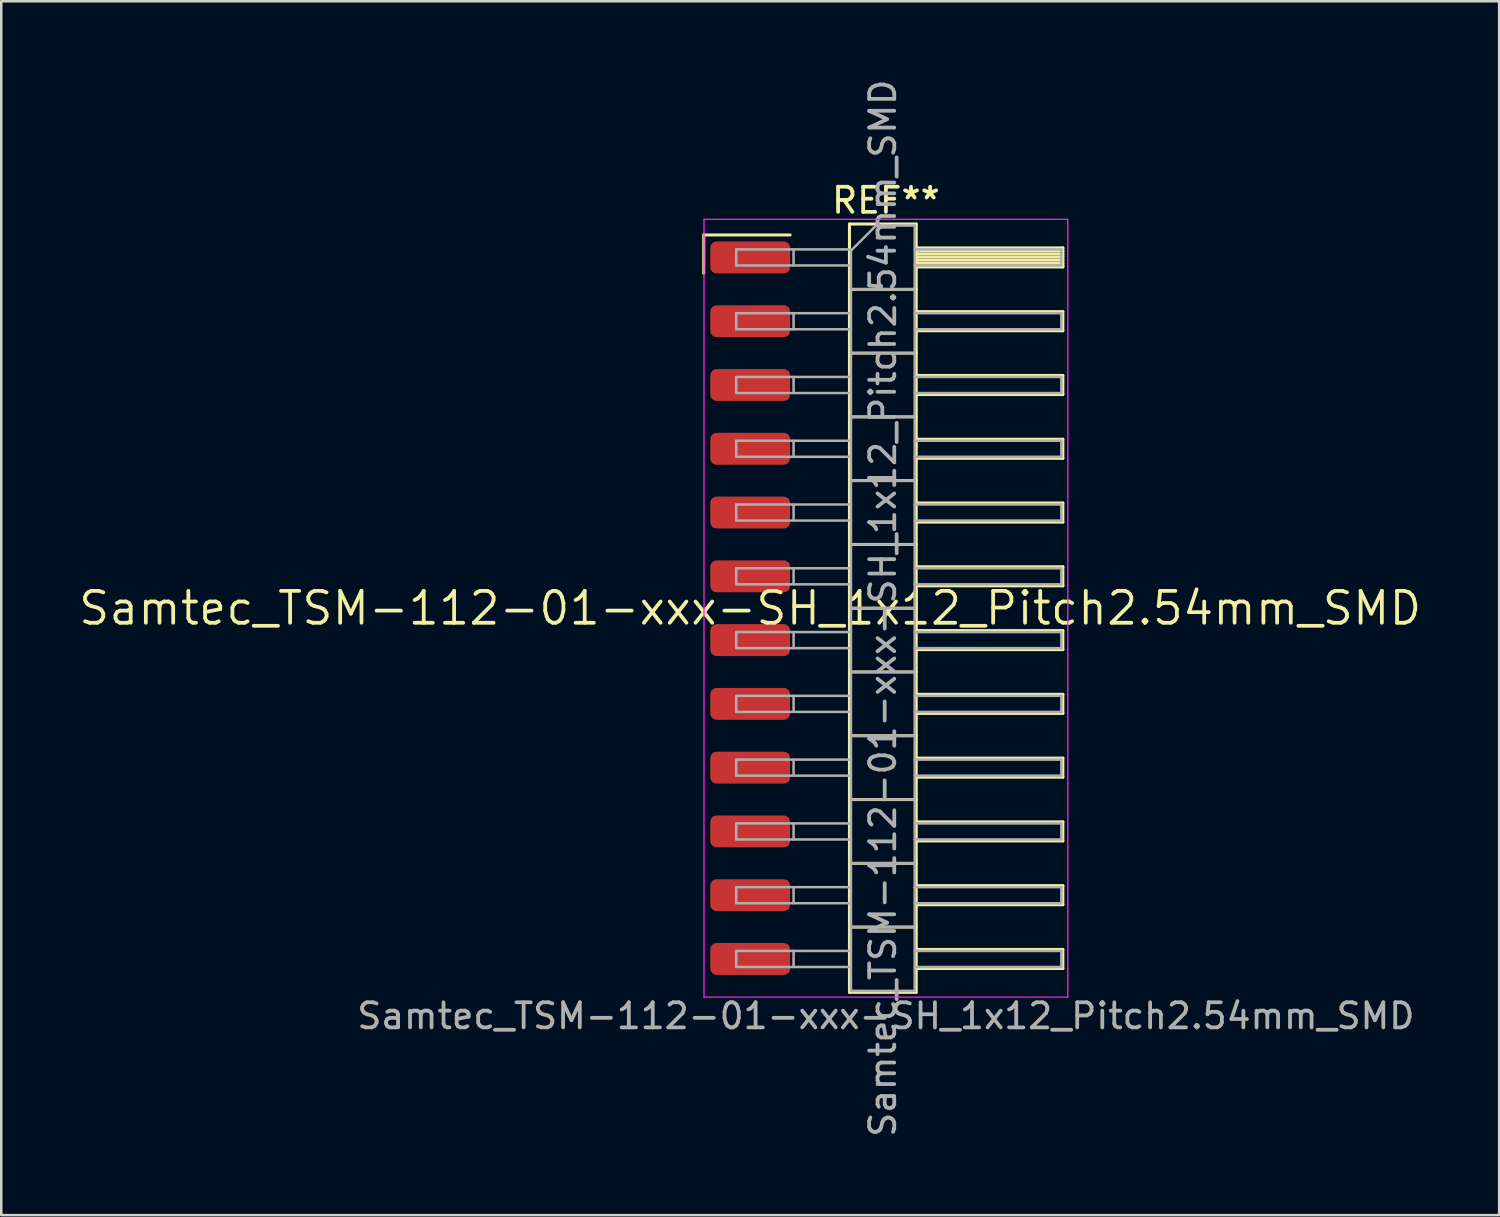
<source format=kicad_pcb>
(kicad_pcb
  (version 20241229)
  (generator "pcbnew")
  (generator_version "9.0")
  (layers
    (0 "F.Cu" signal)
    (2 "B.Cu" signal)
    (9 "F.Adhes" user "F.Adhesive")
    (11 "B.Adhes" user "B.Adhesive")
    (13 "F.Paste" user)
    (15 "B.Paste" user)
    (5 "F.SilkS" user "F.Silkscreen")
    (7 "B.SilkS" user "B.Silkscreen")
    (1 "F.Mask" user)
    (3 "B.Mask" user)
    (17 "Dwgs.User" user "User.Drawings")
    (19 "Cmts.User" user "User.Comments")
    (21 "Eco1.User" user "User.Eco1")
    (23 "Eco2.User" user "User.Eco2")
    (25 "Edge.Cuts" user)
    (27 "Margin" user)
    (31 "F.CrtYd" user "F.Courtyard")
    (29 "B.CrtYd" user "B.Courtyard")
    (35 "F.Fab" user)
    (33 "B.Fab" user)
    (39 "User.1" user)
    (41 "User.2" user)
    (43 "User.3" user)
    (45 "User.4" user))
  (footprint "Samtec_TSM-112-01-xxx-SH_1x12_Pitch2.54mm_SMD"
    (layer "F.Cu")
    (at 26.828 21.173)
    (property "Reference" "Samtec_TSM-112-01-xxx-SH_1x12_Pitch2.54mm_SMD" (at 0 0 0) (layer "F.SilkS") (effects (font (size 1.27 1.27) (thickness 0.15))))
    (attr smd)
    (fp_line (start -1.85 -14.865) (end 1.59 -14.865) (stroke (width 0.12) (type solid)) (layer "F.SilkS"))
    (fp_line (start -1.85 -13.335) (end -1.85 -14.865) (stroke (width 0.12) (type solid)) (layer "F.SilkS"))
    (fp_line (start 3.953 -15.3) (end 6.613 -15.3) (stroke (width 0.12) (type solid)) (layer "F.SilkS"))
    (fp_line (start 3.953 -12.7) (end 6.613 -12.7) (stroke (width 0.12) (type solid)) (layer "F.SilkS"))
    (fp_line (start 3.953 -10.16) (end 6.613 -10.16) (stroke (width 0.12) (type solid)) (layer "F.SilkS"))
    (fp_line (start 3.953 -7.62) (end 6.613 -7.62) (stroke (width 0.12) (type solid)) (layer "F.SilkS"))
    (fp_line (start 3.953 -5.08) (end 6.613 -5.08) (stroke (width 0.12) (type solid)) (layer "F.SilkS"))
    (fp_line (start 3.953 -2.54) (end 6.613 -2.54) (stroke (width 0.12) (type solid)) (layer "F.SilkS"))
    (fp_line (start 3.953 0) (end 6.613 0) (stroke (width 0.12) (type solid)) (layer "F.SilkS"))
    (fp_line (start 3.953 2.54) (end 6.613 2.54) (stroke (width 0.12) (type solid)) (layer "F.SilkS"))
    (fp_line (start 3.953 5.08) (end 6.613 5.08) (stroke (width 0.12) (type solid)) (layer "F.SilkS"))
    (fp_line (start 3.953 7.62) (end 6.613 7.62) (stroke (width 0.12) (type solid)) (layer "F.SilkS"))
    (fp_line (start 3.953 10.16) (end 6.613 10.16) (stroke (width 0.12) (type solid)) (layer "F.SilkS"))
    (fp_line (start 3.953 12.7) (end 6.613 12.7) (stroke (width 0.12) (type solid)) (layer "F.SilkS"))
    (fp_line (start 3.953 15.3) (end 3.953 -15.3) (stroke (width 0.12) (type solid)) (layer "F.SilkS"))
    (fp_line (start 6.613 -15.3) (end 6.613 15.3) (stroke (width 0.12) (type solid)) (layer "F.SilkS"))
    (fp_line (start 6.613 -14.35) (end 12.453 -14.35) (stroke (width 0.12) (type solid)) (layer "F.SilkS"))
    (fp_line (start 6.613 -14.23) (end 12.453 -14.23) (stroke (width 0.12) (type solid)) (layer "F.SilkS"))
    (fp_line (start 6.613 -14.11) (end 12.453 -14.11) (stroke (width 0.12) (type solid)) (layer "F.SilkS"))
    (fp_line (start 6.613 -13.99) (end 12.453 -13.99) (stroke (width 0.12) (type solid)) (layer "F.SilkS"))
    (fp_line (start 6.613 -13.87) (end 12.453 -13.87) (stroke (width 0.12) (type solid)) (layer "F.SilkS"))
    (fp_line (start 6.613 -13.75) (end 12.453 -13.75) (stroke (width 0.12) (type solid)) (layer "F.SilkS"))
    (fp_line (start 6.613 -13.63) (end 12.453 -13.63) (stroke (width 0.12) (type solid)) (layer "F.SilkS"))
    (fp_line (start 6.613 -13.59) (end 12.453 -13.59) (stroke (width 0.12) (type solid)) (layer "F.SilkS"))
    (fp_line (start 6.613 -11.81) (end 12.453 -11.81) (stroke (width 0.12) (type solid)) (layer "F.SilkS"))
    (fp_line (start 6.613 -11.05) (end 12.453 -11.05) (stroke (width 0.12) (type solid)) (layer "F.SilkS"))
    (fp_line (start 6.613 -9.27) (end 12.453 -9.27) (stroke (width 0.12) (type solid)) (layer "F.SilkS"))
    (fp_line (start 6.613 -8.51) (end 12.453 -8.51) (stroke (width 0.12) (type solid)) (layer "F.SilkS"))
    (fp_line (start 6.613 -6.73) (end 12.453 -6.73) (stroke (width 0.12) (type solid)) (layer "F.SilkS"))
    (fp_line (start 6.613 -5.97) (end 12.453 -5.97) (stroke (width 0.12) (type solid)) (layer "F.SilkS"))
    (fp_line (start 6.613 -4.19) (end 12.453 -4.19) (stroke (width 0.12) (type solid)) (layer "F.SilkS"))
    (fp_line (start 6.613 -3.43) (end 12.453 -3.43) (stroke (width 0.12) (type solid)) (layer "F.SilkS"))
    (fp_line (start 6.613 -1.65) (end 12.453 -1.65) (stroke (width 0.12) (type solid)) (layer "F.SilkS"))
    (fp_line (start 6.613 -0.89) (end 12.453 -0.89) (stroke (width 0.12) (type solid)) (layer "F.SilkS"))
    (fp_line (start 6.613 0.89) (end 12.453 0.89) (stroke (width 0.12) (type solid)) (layer "F.SilkS"))
    (fp_line (start 6.613 1.65) (end 12.453 1.65) (stroke (width 0.12) (type solid)) (layer "F.SilkS"))
    (fp_line (start 6.613 3.43) (end 12.453 3.43) (stroke (width 0.12) (type solid)) (layer "F.SilkS"))
    (fp_line (start 6.613 4.19) (end 12.453 4.19) (stroke (width 0.12) (type solid)) (layer "F.SilkS"))
    (fp_line (start 6.613 5.97) (end 12.453 5.97) (stroke (width 0.12) (type solid)) (layer "F.SilkS"))
    (fp_line (start 6.613 6.73) (end 12.453 6.73) (stroke (width 0.12) (type solid)) (layer "F.SilkS"))
    (fp_line (start 6.613 8.51) (end 12.453 8.51) (stroke (width 0.12) (type solid)) (layer "F.SilkS"))
    (fp_line (start 6.613 9.27) (end 12.453 9.27) (stroke (width 0.12) (type solid)) (layer "F.SilkS"))
    (fp_line (start 6.613 11.05) (end 12.453 11.05) (stroke (width 0.12) (type solid)) (layer "F.SilkS"))
    (fp_line (start 6.613 11.81) (end 12.453 11.81) (stroke (width 0.12) (type solid)) (layer "F.SilkS"))
    (fp_line (start 6.613 13.59) (end 12.453 13.59) (stroke (width 0.12) (type solid)) (layer "F.SilkS"))
    (fp_line (start 6.613 14.35) (end 12.453 14.35) (stroke (width 0.12) (type solid)) (layer "F.SilkS"))
    (fp_line (start 6.613 15.3) (end 3.953 15.3) (stroke (width 0.12) (type solid)) (layer "F.SilkS"))
    (fp_line (start 12.453 -14.35) (end 12.453 -13.59) (stroke (width 0.12) (type solid)) (layer "F.SilkS"))
    (fp_line (start 12.453 -11.81) (end 12.453 -11.05) (stroke (width 0.12) (type solid)) (layer "F.SilkS"))
    (fp_line (start 12.453 -9.27) (end 12.453 -8.51) (stroke (width 0.12) (type solid)) (layer "F.SilkS"))
    (fp_line (start 12.453 -6.73) (end 12.453 -5.97) (stroke (width 0.12) (type solid)) (layer "F.SilkS"))
    (fp_line (start 12.453 -4.19) (end 12.453 -3.43) (stroke (width 0.12) (type solid)) (layer "F.SilkS"))
    (fp_line (start 12.453 -1.65) (end 12.453 -0.89) (stroke (width 0.12) (type solid)) (layer "F.SilkS"))
    (fp_line (start 12.453 0.89) (end 12.453 1.65) (stroke (width 0.12) (type solid)) (layer "F.SilkS"))
    (fp_line (start 12.453 3.43) (end 12.453 4.19) (stroke (width 0.12) (type solid)) (layer "F.SilkS"))
    (fp_line (start 12.453 5.97) (end 12.453 6.73) (stroke (width 0.12) (type solid)) (layer "F.SilkS"))
    (fp_line (start 12.453 8.51) (end 12.453 9.27) (stroke (width 0.12) (type solid)) (layer "F.SilkS"))
    (fp_line (start 12.453 11.05) (end 12.453 11.81) (stroke (width 0.12) (type solid)) (layer "F.SilkS"))
    (fp_line (start 12.453 13.59) (end 12.453 14.35) (stroke (width 0.12) (type solid)) (layer "F.SilkS"))
    (fp_line (start -1.84 -15.49) (end 12.65 -15.49) (stroke (width 0.05) (type solid)) (layer "F.CrtYd"))
    (fp_line (start -1.84 15.49) (end -1.84 -15.49) (stroke (width 0.05) (type solid)) (layer "F.CrtYd"))
    (fp_line (start 12.65 -15.49) (end 12.65 15.49) (stroke (width 0.05) (type solid)) (layer "F.CrtYd"))
    (fp_line (start 12.65 15.49) (end -1.84 15.49) (stroke (width 0.05) (type solid)) (layer "F.CrtYd"))
    (fp_line (start -0.557 -14.29) (end -0.557 -13.65) (stroke (width 0.1) (type solid)) (layer "F.Fab"))
    (fp_line (start -0.557 -14.29) (end 4.013 -14.29) (stroke (width 0.1) (type solid)) (layer "F.Fab"))
    (fp_line (start -0.557 -13.65) (end 4.013 -13.65) (stroke (width 0.1) (type solid)) (layer "F.Fab"))
    (fp_line (start -0.557 -11.75) (end -0.557 -11.11) (stroke (width 0.1) (type solid)) (layer "F.Fab"))
    (fp_line (start -0.557 -11.75) (end 4.013 -11.75) (stroke (width 0.1) (type solid)) (layer "F.Fab"))
    (fp_line (start -0.557 -11.11) (end 4.013 -11.11) (stroke (width 0.1) (type solid)) (layer "F.Fab"))
    (fp_line (start -0.557 -9.21) (end -0.557 -8.57) (stroke (width 0.1) (type solid)) (layer "F.Fab"))
    (fp_line (start -0.557 -9.21) (end 4.013 -9.21) (stroke (width 0.1) (type solid)) (layer "F.Fab"))
    (fp_line (start -0.557 -8.57) (end 4.013 -8.57) (stroke (width 0.1) (type solid)) (layer "F.Fab"))
    (fp_line (start -0.557 -6.67) (end -0.557 -6.03) (stroke (width 0.1) (type solid)) (layer "F.Fab"))
    (fp_line (start -0.557 -6.67) (end 4.013 -6.67) (stroke (width 0.1) (type solid)) (layer "F.Fab"))
    (fp_line (start -0.557 -6.03) (end 4.013 -6.03) (stroke (width 0.1) (type solid)) (layer "F.Fab"))
    (fp_line (start -0.557 -4.13) (end -0.557 -3.49) (stroke (width 0.1) (type solid)) (layer "F.Fab"))
    (fp_line (start -0.557 -4.13) (end 4.013 -4.13) (stroke (width 0.1) (type solid)) (layer "F.Fab"))
    (fp_line (start -0.557 -3.49) (end 4.013 -3.49) (stroke (width 0.1) (type solid)) (layer "F.Fab"))
    (fp_line (start -0.557 -1.59) (end -0.557 -0.95) (stroke (width 0.1) (type solid)) (layer "F.Fab"))
    (fp_line (start -0.557 -1.59) (end 4.013 -1.59) (stroke (width 0.1) (type solid)) (layer "F.Fab"))
    (fp_line (start -0.557 -0.95) (end 4.013 -0.95) (stroke (width 0.1) (type solid)) (layer "F.Fab"))
    (fp_line (start -0.557 0.95) (end -0.557 1.59) (stroke (width 0.1) (type solid)) (layer "F.Fab"))
    (fp_line (start -0.557 0.95) (end 4.013 0.95) (stroke (width 0.1) (type solid)) (layer "F.Fab"))
    (fp_line (start -0.557 1.59) (end 4.013 1.59) (stroke (width 0.1) (type solid)) (layer "F.Fab"))
    (fp_line (start -0.557 3.49) (end -0.557 4.13) (stroke (width 0.1) (type solid)) (layer "F.Fab"))
    (fp_line (start -0.557 3.49) (end 4.013 3.49) (stroke (width 0.1) (type solid)) (layer "F.Fab"))
    (fp_line (start -0.557 4.13) (end 4.013 4.13) (stroke (width 0.1) (type solid)) (layer "F.Fab"))
    (fp_line (start -0.557 6.03) (end -0.557 6.67) (stroke (width 0.1) (type solid)) (layer "F.Fab"))
    (fp_line (start -0.557 6.03) (end 4.013 6.03) (stroke (width 0.1) (type solid)) (layer "F.Fab"))
    (fp_line (start -0.557 6.67) (end 4.013 6.67) (stroke (width 0.1) (type solid)) (layer "F.Fab"))
    (fp_line (start -0.557 8.57) (end -0.557 9.21) (stroke (width 0.1) (type solid)) (layer "F.Fab"))
    (fp_line (start -0.557 8.57) (end 4.013 8.57) (stroke (width 0.1) (type solid)) (layer "F.Fab"))
    (fp_line (start -0.557 9.21) (end 4.013 9.21) (stroke (width 0.1) (type solid)) (layer "F.Fab"))
    (fp_line (start -0.557 11.11) (end -0.557 11.75) (stroke (width 0.1) (type solid)) (layer "F.Fab"))
    (fp_line (start -0.557 11.11) (end 4.013 11.11) (stroke (width 0.1) (type solid)) (layer "F.Fab"))
    (fp_line (start -0.557 11.75) (end 4.013 11.75) (stroke (width 0.1) (type solid)) (layer "F.Fab"))
    (fp_line (start -0.557 13.65) (end -0.557 14.29) (stroke (width 0.1) (type solid)) (layer "F.Fab"))
    (fp_line (start -0.557 13.65) (end 4.013 13.65) (stroke (width 0.1) (type solid)) (layer "F.Fab"))
    (fp_line (start -0.557 14.29) (end 4.013 14.29) (stroke (width 0.1) (type solid)) (layer "F.Fab"))
    (fp_line (start 1.728 -14.29) (end 1.728 -13.65) (stroke (width 0.1) (type solid)) (layer "F.Fab"))
    (fp_line (start 1.728 -11.75) (end 1.728 -11.11) (stroke (width 0.1) (type solid)) (layer "F.Fab"))
    (fp_line (start 1.728 -9.21) (end 1.728 -8.57) (stroke (width 0.1) (type solid)) (layer "F.Fab"))
    (fp_line (start 1.728 -6.67) (end 1.728 -6.03) (stroke (width 0.1) (type solid)) (layer "F.Fab"))
    (fp_line (start 1.728 -4.13) (end 1.728 -3.49) (stroke (width 0.1) (type solid)) (layer "F.Fab"))
    (fp_line (start 1.728 -1.59) (end 1.728 -0.95) (stroke (width 0.1) (type solid)) (layer "F.Fab"))
    (fp_line (start 1.728 0.95) (end 1.728 1.59) (stroke (width 0.1) (type solid)) (layer "F.Fab"))
    (fp_line (start 1.728 3.49) (end 1.728 4.13) (stroke (width 0.1) (type solid)) (layer "F.Fab"))
    (fp_line (start 1.728 6.03) (end 1.728 6.67) (stroke (width 0.1) (type solid)) (layer "F.Fab"))
    (fp_line (start 1.728 8.57) (end 1.728 9.21) (stroke (width 0.1) (type solid)) (layer "F.Fab"))
    (fp_line (start 1.728 11.11) (end 1.728 11.75) (stroke (width 0.1) (type solid)) (layer "F.Fab"))
    (fp_line (start 1.728 13.65) (end 1.728 14.29) (stroke (width 0.1) (type solid)) (layer "F.Fab"))
    (fp_line (start 4.013 -14.24) (end 5.013 -15.24) (stroke (width 0.1) (type solid)) (layer "F.Fab"))
    (fp_line (start 4.013 -12.7) (end 6.553 -12.7) (stroke (width 0.1) (type solid)) (layer "F.Fab"))
    (fp_line (start 4.013 -10.16) (end 6.553 -10.16) (stroke (width 0.1) (type solid)) (layer "F.Fab"))
    (fp_line (start 4.013 -7.62) (end 6.553 -7.62) (stroke (width 0.1) (type solid)) (layer "F.Fab"))
    (fp_line (start 4.013 -5.08) (end 6.553 -5.08) (stroke (width 0.1) (type solid)) (layer "F.Fab"))
    (fp_line (start 4.013 -2.54) (end 6.553 -2.54) (stroke (width 0.1) (type solid)) (layer "F.Fab"))
    (fp_line (start 4.013 0) (end 6.553 0) (stroke (width 0.1) (type solid)) (layer "F.Fab"))
    (fp_line (start 4.013 2.54) (end 6.553 2.54) (stroke (width 0.1) (type solid)) (layer "F.Fab"))
    (fp_line (start 4.013 5.08) (end 6.553 5.08) (stroke (width 0.1) (type solid)) (layer "F.Fab"))
    (fp_line (start 4.013 7.62) (end 6.553 7.62) (stroke (width 0.1) (type solid)) (layer "F.Fab"))
    (fp_line (start 4.013 10.16) (end 6.553 10.16) (stroke (width 0.1) (type solid)) (layer "F.Fab"))
    (fp_line (start 4.013 12.7) (end 6.553 12.7) (stroke (width 0.1) (type solid)) (layer "F.Fab"))
    (fp_line (start 4.013 15.24) (end 4.013 -14.24) (stroke (width 0.1) (type solid)) (layer "F.Fab"))
    (fp_line (start 5.013 -15.24) (end 6.553 -15.24) (stroke (width 0.1) (type solid)) (layer "F.Fab"))
    (fp_line (start 6.553 -15.24) (end 6.553 15.24) (stroke (width 0.1) (type solid)) (layer "F.Fab"))
    (fp_line (start 6.553 -14.29) (end 12.393 -14.29) (stroke (width 0.1) (type solid)) (layer "F.Fab"))
    (fp_line (start 6.553 -13.65) (end 12.393 -13.65) (stroke (width 0.1) (type solid)) (layer "F.Fab"))
    (fp_line (start 6.553 -11.75) (end 12.393 -11.75) (stroke (width 0.1) (type solid)) (layer "F.Fab"))
    (fp_line (start 6.553 -11.11) (end 12.393 -11.11) (stroke (width 0.1) (type solid)) (layer "F.Fab"))
    (fp_line (start 6.553 -9.21) (end 12.393 -9.21) (stroke (width 0.1) (type solid)) (layer "F.Fab"))
    (fp_line (start 6.553 -8.57) (end 12.393 -8.57) (stroke (width 0.1) (type solid)) (layer "F.Fab"))
    (fp_line (start 6.553 -6.67) (end 12.393 -6.67) (stroke (width 0.1) (type solid)) (layer "F.Fab"))
    (fp_line (start 6.553 -6.03) (end 12.393 -6.03) (stroke (width 0.1) (type solid)) (layer "F.Fab"))
    (fp_line (start 6.553 -4.13) (end 12.393 -4.13) (stroke (width 0.1) (type solid)) (layer "F.Fab"))
    (fp_line (start 6.553 -3.49) (end 12.393 -3.49) (stroke (width 0.1) (type solid)) (layer "F.Fab"))
    (fp_line (start 6.553 -1.59) (end 12.393 -1.59) (stroke (width 0.1) (type solid)) (layer "F.Fab"))
    (fp_line (start 6.553 -0.95) (end 12.393 -0.95) (stroke (width 0.1) (type solid)) (layer "F.Fab"))
    (fp_line (start 6.553 0.95) (end 12.393 0.95) (stroke (width 0.1) (type solid)) (layer "F.Fab"))
    (fp_line (start 6.553 1.59) (end 12.393 1.59) (stroke (width 0.1) (type solid)) (layer "F.Fab"))
    (fp_line (start 6.553 3.49) (end 12.393 3.49) (stroke (width 0.1) (type solid)) (layer "F.Fab"))
    (fp_line (start 6.553 4.13) (end 12.393 4.13) (stroke (width 0.1) (type solid)) (layer "F.Fab"))
    (fp_line (start 6.553 6.03) (end 12.393 6.03) (stroke (width 0.1) (type solid)) (layer "F.Fab"))
    (fp_line (start 6.553 6.67) (end 12.393 6.67) (stroke (width 0.1) (type solid)) (layer "F.Fab"))
    (fp_line (start 6.553 8.57) (end 12.393 8.57) (stroke (width 0.1) (type solid)) (layer "F.Fab"))
    (fp_line (start 6.553 9.21) (end 12.393 9.21) (stroke (width 0.1) (type solid)) (layer "F.Fab"))
    (fp_line (start 6.553 11.11) (end 12.393 11.11) (stroke (width 0.1) (type solid)) (layer "F.Fab"))
    (fp_line (start 6.553 11.75) (end 12.393 11.75) (stroke (width 0.1) (type solid)) (layer "F.Fab"))
    (fp_line (start 6.553 13.65) (end 12.393 13.65) (stroke (width 0.1) (type solid)) (layer "F.Fab"))
    (fp_line (start 6.553 14.29) (end 12.393 14.29) (stroke (width 0.1) (type solid)) (layer "F.Fab"))
    (fp_line (start 6.553 15.24) (end 4.013 15.24) (stroke (width 0.1) (type solid)) (layer "F.Fab"))
    (fp_line (start 12.393 -14.29) (end 12.393 -13.65) (stroke (width 0.1) (type solid)) (layer "F.Fab"))
    (fp_line (start 12.393 -11.75) (end 12.393 -11.11) (stroke (width 0.1) (type solid)) (layer "F.Fab"))
    (fp_line (start 12.393 -9.21) (end 12.393 -8.57) (stroke (width 0.1) (type solid)) (layer "F.Fab"))
    (fp_line (start 12.393 -6.67) (end 12.393 -6.03) (stroke (width 0.1) (type solid)) (layer "F.Fab"))
    (fp_line (start 12.393 -4.13) (end 12.393 -3.49) (stroke (width 0.1) (type solid)) (layer "F.Fab"))
    (fp_line (start 12.393 -1.59) (end 12.393 -0.95) (stroke (width 0.1) (type solid)) (layer "F.Fab"))
    (fp_line (start 12.393 0.95) (end 12.393 1.59) (stroke (width 0.1) (type solid)) (layer "F.Fab"))
    (fp_line (start 12.393 3.49) (end 12.393 4.13) (stroke (width 0.1) (type solid)) (layer "F.Fab"))
    (fp_line (start 12.393 6.03) (end 12.393 6.67) (stroke (width 0.1) (type solid)) (layer "F.Fab"))
    (fp_line (start 12.393 8.57) (end 12.393 9.21) (stroke (width 0.1) (type solid)) (layer "F.Fab"))
    (fp_line (start 12.393 11.11) (end 12.393 11.75) (stroke (width 0.1) (type solid)) (layer "F.Fab"))
    (fp_line (start 12.393 13.65) (end 12.393 14.29) (stroke (width 0.1) (type solid)) (layer "F.Fab"))
    (fp_text user "REF**" (at 5.405 -16.24 0) (layer "F.SilkS") (effects (font (size 1 1) (thickness 0.15))))
    (fp_text user "${REFERENCE}" (at 5.283 0 90) (layer "F.Fab") (effects (font (size 1 1) (thickness 0.15))))
    (fp_text user "Samtec_TSM-112-01-xxx-SH_1x12_Pitch2.54mm_SMD" (at 5.405 16.24 0) (layer "F.Fab") (effects (font (size 1 1) (thickness 0.15))))
    (pad "1" smd roundrect (at 0 -13.97) (size 3.18 1.27) (layers "F.Cu" "F.Mask" "F.Paste") (roundrect_rratio 0.197))
    (pad "2" smd roundrect (at 0 -11.43) (size 3.18 1.27) (layers "F.Cu" "F.Mask" "F.Paste") (roundrect_rratio 0.197))
    (pad "3" smd roundrect (at 0 -8.89) (size 3.18 1.27) (layers "F.Cu" "F.Mask" "F.Paste") (roundrect_rratio 0.197))
    (pad "4" smd roundrect (at 0 -6.35) (size 3.18 1.27) (layers "F.Cu" "F.Mask" "F.Paste") (roundrect_rratio 0.197))
    (pad "5" smd roundrect (at 0 -3.81) (size 3.18 1.27) (layers "F.Cu" "F.Mask" "F.Paste") (roundrect_rratio 0.197))
    (pad "6" smd roundrect (at 0 -1.27) (size 3.18 1.27) (layers "F.Cu" "F.Mask" "F.Paste") (roundrect_rratio 0.197))
    (pad "7" smd roundrect (at 0 1.27) (size 3.18 1.27) (layers "F.Cu" "F.Mask" "F.Paste") (roundrect_rratio 0.197))
    (pad "8" smd roundrect (at 0 3.81) (size 3.18 1.27) (layers "F.Cu" "F.Mask" "F.Paste") (roundrect_rratio 0.197))
    (pad "9" smd roundrect (at 0 6.35) (size 3.18 1.27) (layers "F.Cu" "F.Mask" "F.Paste") (roundrect_rratio 0.197))
    (pad "10" smd roundrect (at 0 8.89) (size 3.18 1.27) (layers "F.Cu" "F.Mask" "F.Paste") (roundrect_rratio 0.197))
    (pad "11" smd roundrect (at 0 11.43) (size 3.18 1.27) (layers "F.Cu" "F.Mask" "F.Paste") (roundrect_rratio 0.197))
    (pad "12" smd roundrect (at 0 13.97) (size 3.18 1.27) (layers "F.Cu" "F.Mask" "F.Paste") (roundrect_rratio 0.197)))
  (gr_rect
    (start -3 -3)
    (end 56.657 45.345)
    (stroke (width 0.1) (type default))
    (fill no)
    (layer "Edge.Cuts")))
</source>
